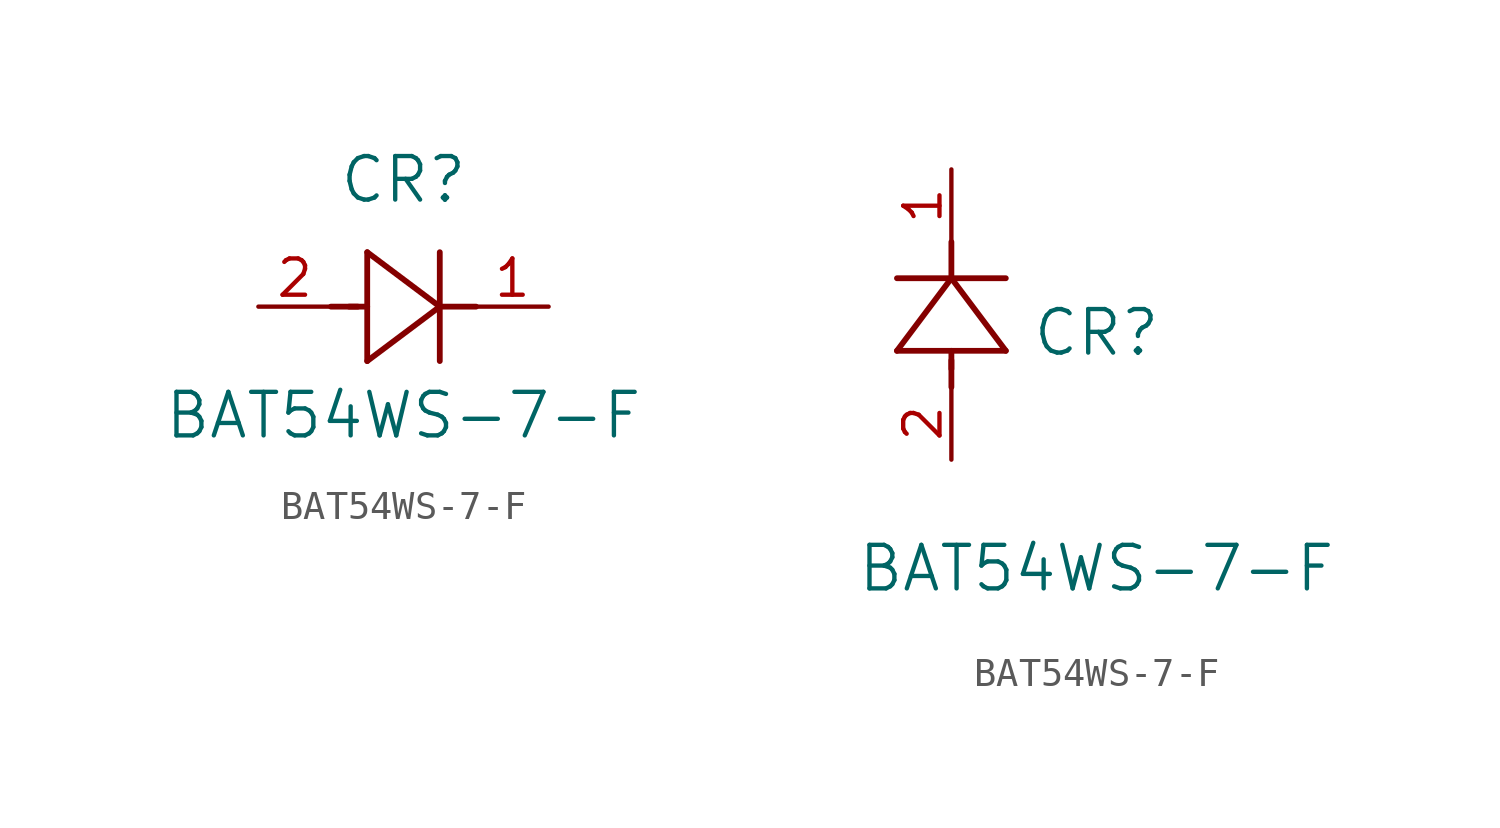
<source format=kicad_sym>
(kicad_symbol_lib
  (version 20211014)
  (generator kicad_symbol_editor)
  (symbol "BAT54WS-7-F"
    (pin_names
      (offset 0.254))
    (property "Reference" "CR"
      (at 5.08 4.445 0)
      (effects (font (size 1.524 1.524))))
    (property "Value" "BAT54WS-7-F"
      (at 5.08 -3.81 0)
      (effects (font (size 1.524 1.524))))
    (symbol "BAT54WS-7-F_1_1"
      (polyline (pts (xy 2.54 0) (xy 3.48 0)) (stroke (width 0.203) (type default) (color 0 0 0 0)) (fill (type none)))
      (polyline (pts (xy 3.81 1.905) (xy 3.81 -1.905)) (stroke (width 0.203) (type default) (color 0 0 0 0)) (fill (type none)))
      (polyline (pts (xy 3.175 0) (xy 3.81 0)) (stroke (width 0.203) (type default) (color 0 0 0 0)) (fill (type none)))
      (polyline (pts (xy 6.35 -1.905) (xy 6.35 1.905)) (stroke (width 0.203) (type default) (color 0 0 0 0)) (fill (type none)))
      (polyline (pts (xy 6.35 0) (xy 7.62 0)) (stroke (width 0.203) (type default) (color 0 0 0 0)) (fill (type none)))
      (polyline (pts (xy 6.35 0) (xy 3.81 1.905)) (stroke (width 0.203) (type default) (color 0 0 0 0)) (fill (type none)))
      (polyline (pts (xy 3.81 -1.905) (xy 6.35 0)) (stroke (width 0.203) (type default) (color 0 0 0 0)) (fill (type none)))
      (pin unspecified line (at 0 0 0) (length 2.54) (name "" (effects (font (size 1.27 1.27)))) (number "2" (effects (font (size 1.27 1.27)))))
      (pin unspecified line (at 10.16 0 180) (length 2.54) (name "" (effects (font (size 1.27 1.27)))) (number "1" (effects (font (size 1.27 1.27))))))
    (symbol "BAT54WS-7-F_1_2"
      (polyline (pts (xy 0 2.54) (xy 0 3.48)) (stroke (width 0.203) (type default) (color 0 0 0 0)) (fill (type none)))
      (polyline (pts (xy -1.905 3.81) (xy 1.905 3.81)) (stroke (width 0.203) (type default) (color 0 0 0 0)) (fill (type none)))
      (polyline (pts (xy 0 3.175) (xy 0 3.81)) (stroke (width 0.203) (type default) (color 0 0 0 0)) (fill (type none)))
      (polyline (pts (xy 1.905 6.35) (xy -1.905 6.35)) (stroke (width 0.203) (type default) (color 0 0 0 0)) (fill (type none)))
      (polyline (pts (xy 0 6.35) (xy 0 7.62)) (stroke (width 0.203) (type default) (color 0 0 0 0)) (fill (type none)))
      (polyline (pts (xy 0 6.35) (xy -1.905 3.81)) (stroke (width 0.203) (type default) (color 0 0 0 0)) (fill (type none)))
      (polyline (pts (xy 1.905 3.81) (xy 0 6.35)) (stroke (width 0.203) (type default) (color 0 0 0 0)) (fill (type none)))
      (pin unspecified line (at 0 0 90) (length 2.54) (name "" (effects (font (size 1.27 1.27)))) (number "2" (effects (font (size 1.27 1.27)))))
      (pin unspecified line (at 0 10.16 270) (length 2.54) (name "" (effects (font (size 1.27 1.27)))) (number "1" (effects (font (size 1.27 1.27))))))))
</source>
